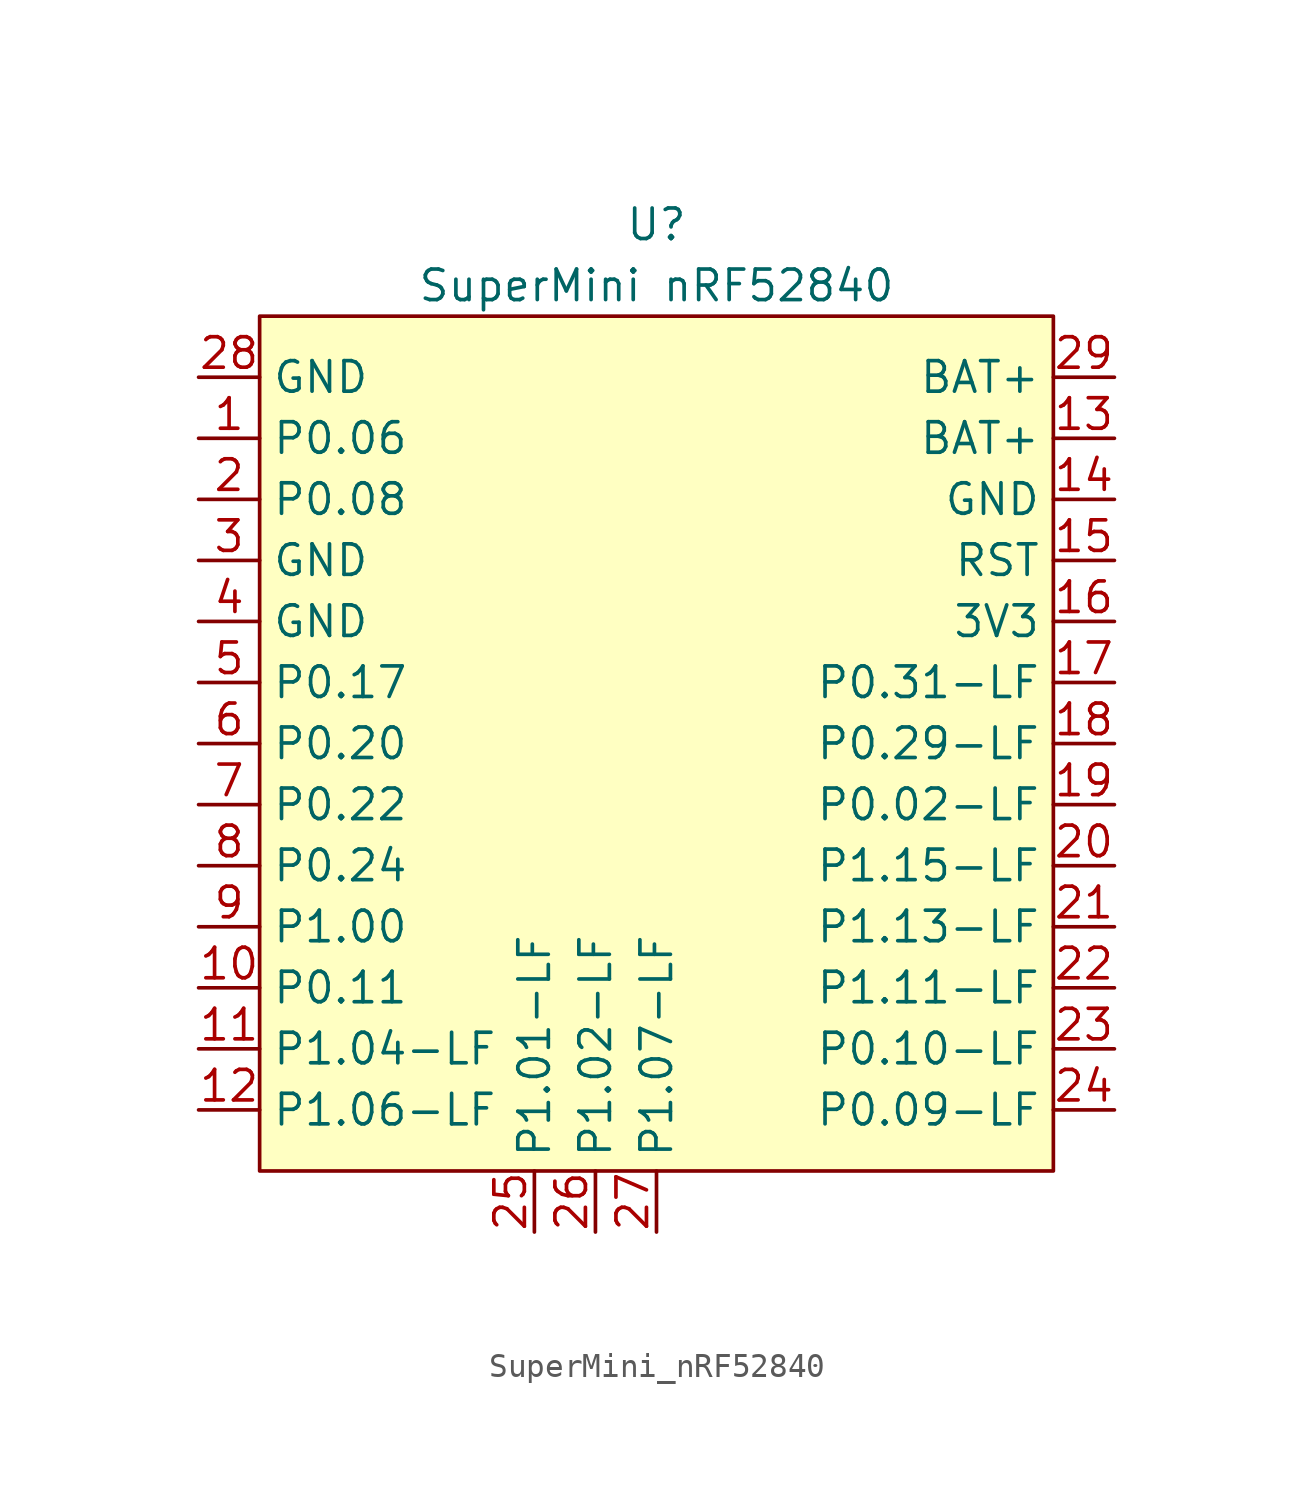
<source format=kicad_sym>
(kicad_symbol_lib
  (version 20241209)
  (generator "kicad_symbol_editor")
  (generator_version "9.0")
  (symbol "SuperMini_nRF52840"
    (property "Reference" "U"
      (at 0 22.86 0)
      (effects (font (size 1.27 1.27))))
    (property "Value" "SuperMini nRF52840"
      (at 0 20.32 0)
      (effects (font (size 1.27 1.27))))
    (symbol "SuperMini_nRF52840_0_0"
      (pin bidirectional line (at -19.05 13.97 0) (length 2.54) (name "P0.06" (effects (font (size 1.27 1.27)))) (number "1" (effects (font (size 1.27 1.27)))))
      (pin bidirectional line (at -19.05 11.43 0) (length 2.54) (name "P0.08" (effects (font (size 1.27 1.27)))) (number "2" (effects (font (size 1.27 1.27)))))
      (pin power_out line (at -19.05 8.89 0) (length 2.54) (name "GND" (effects (font (size 1.27 1.27)))) (number "3" (effects (font (size 1.27 1.27)))))
      (pin power_out line (at -19.05 6.35 0) (length 2.54) (name "GND" (effects (font (size 1.27 1.27)))) (number "4" (effects (font (size 1.27 1.27)))))
      (pin bidirectional line (at -19.05 3.81 0) (length 2.54) (name "P0.17" (effects (font (size 1.27 1.27)))) (number "5" (effects (font (size 1.27 1.27)))))
      (pin bidirectional line (at -19.05 1.27 0) (length 2.54) (name "P0.20" (effects (font (size 1.27 1.27)))) (number "6" (effects (font (size 1.27 1.27)))))
      (pin bidirectional line (at -19.05 -1.27 0) (length 2.54) (name "P0.22" (effects (font (size 1.27 1.27)))) (number "7" (effects (font (size 1.27 1.27)))))
      (pin bidirectional line (at -19.05 -3.81 0) (length 2.54) (name "P0.24" (effects (font (size 1.27 1.27)))) (number "8" (effects (font (size 1.27 1.27)))))
      (pin bidirectional line (at -19.05 -6.35 0) (length 2.54) (name "P1.00" (effects (font (size 1.27 1.27)))) (number "9" (effects (font (size 1.27 1.27)))))
      (pin bidirectional line (at -19.05 -8.89 0) (length 2.54) (name "P0.11" (effects (font (size 1.27 1.27)))) (number "10" (effects (font (size 1.27 1.27)))))
      (pin bidirectional line (at -19.05 -11.43 0) (length 2.54) (name "P1.04-LF" (effects (font (size 1.27 1.27)))) (number "11" (effects (font (size 1.27 1.27)))))
      (pin bidirectional line (at -19.05 -13.97 0) (length 2.54) (name "P1.06-LF" (effects (font (size 1.27 1.27)))) (number "12" (effects (font (size 1.27 1.27)))))
      (pin power_out line (at 19.05 11.43 180) (length 2.54) (name "GND" (effects (font (size 1.27 1.27)))) (number "14" (effects (font (size 1.27 1.27)))))
      (pin bidirectional line (at 19.05 8.89 180) (length 2.54) (name "RST" (effects (font (size 1.27 1.27)))) (number "15" (effects (font (size 1.27 1.27)))))
      (pin bidirectional line (at 19.05 3.81 180) (length 2.54) (name "P0.31-LF" (effects (font (size 1.27 1.27)))) (number "17" (effects (font (size 1.27 1.27)))))
      (pin bidirectional line (at 19.05 1.27 180) (length 2.54) (name "P0.29-LF" (effects (font (size 1.27 1.27)))) (number "18" (effects (font (size 1.27 1.27)))))
      (pin bidirectional line (at 19.05 -1.27 180) (length 2.54) (name "P0.02-LF" (effects (font (size 1.27 1.27)))) (number "19" (effects (font (size 1.27 1.27)))))
      (pin bidirectional line (at 19.05 -3.81 180) (length 2.54) (name "P1.15-LF" (effects (font (size 1.27 1.27)))) (number "20" (effects (font (size 1.27 1.27)))))
      (pin bidirectional line (at 19.05 -6.35 180) (length 2.54) (name "P1.13-LF" (effects (font (size 1.27 1.27)))) (number "21" (effects (font (size 1.27 1.27)))))
      (pin bidirectional line (at 19.05 -8.89 180) (length 2.54) (name "P1.11-LF" (effects (font (size 1.27 1.27)))) (number "22" (effects (font (size 1.27 1.27)))))
      (pin bidirectional line (at 19.05 -13.97 180) (length 2.54) (name "P0.09-LF" (effects (font (size 1.27 1.27)))) (number "24" (effects (font (size 1.27 1.27))))))
    (symbol "SuperMini_nRF52840_1_0"
      (pin power_out line (at -19.05 16.51 0) (length 2.54) (name "GND" (effects (font (size 1.27 1.27)))) (number "28" (effects (font (size 1.27 1.27)))))
      (pin bidirectional line (at -5.08 -19.05 90) (length 2.54) (name "P1.01-LF" (effects (font (size 1.27 1.27)))) (number "25" (effects (font (size 1.27 1.27)))))
      (pin bidirectional line (at -2.54 -19.05 90) (length 2.54) (name "P1.02-LF" (effects (font (size 1.27 1.27)))) (number "26" (effects (font (size 1.27 1.27)))))
      (pin bidirectional line (at 0 -19.05 90) (length 2.54) (name "P1.07-LF" (effects (font (size 1.27 1.27)))) (number "27" (effects (font (size 1.27 1.27)))))
      (pin power_out line (at 19.05 16.51 180) (length 2.54) (name "BAT+" (effects (font (size 1.27 1.27)))) (number "29" (effects (font (size 1.27 1.27)))))
      (pin power_out line (at 19.05 13.97 180) (length 2.54) (name "BAT+" (effects (font (size 1.27 1.27)))) (number "13" (effects (font (size 1.27 1.27)))))
      (pin power_out line (at 19.05 6.35 180) (length 2.54) (name "3V3" (effects (font (size 1.27 1.27)))) (number "16" (effects (font (size 1.27 1.27)))))
      (pin bidirectional line (at 19.05 -11.43 180) (length 2.54) (name "P0.10-LF" (effects (font (size 1.27 1.27)))) (number "23" (effects (font (size 1.27 1.27))))))
    (symbol "SuperMini_nRF52840_1_1"
      (rectangle (start -16.51 19.05) (end 16.51 -16.51) (stroke (width 0) (type default)) (fill (type background))))))
</source>
